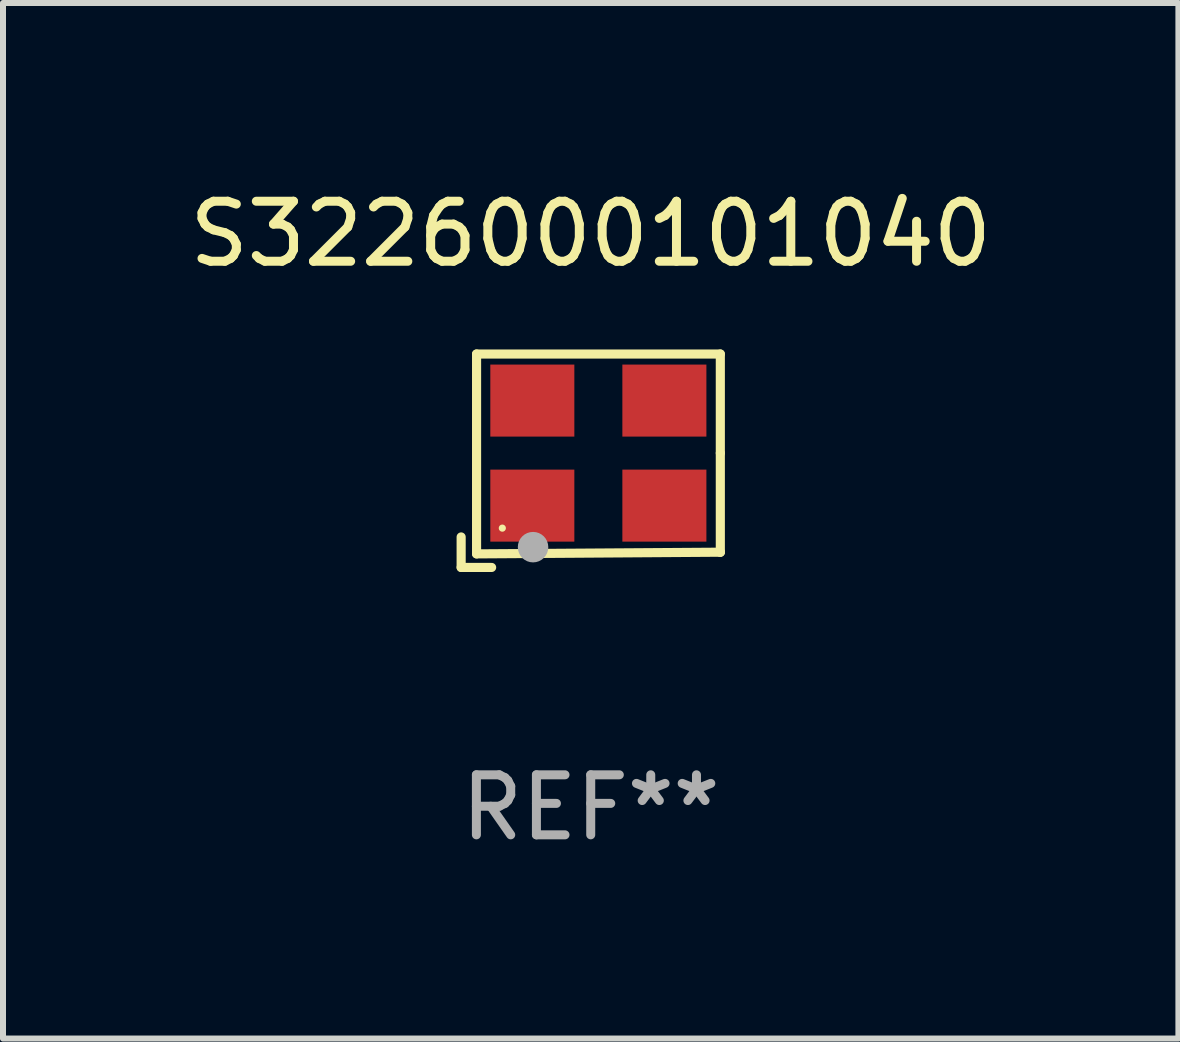
<source format=kicad_pcb>
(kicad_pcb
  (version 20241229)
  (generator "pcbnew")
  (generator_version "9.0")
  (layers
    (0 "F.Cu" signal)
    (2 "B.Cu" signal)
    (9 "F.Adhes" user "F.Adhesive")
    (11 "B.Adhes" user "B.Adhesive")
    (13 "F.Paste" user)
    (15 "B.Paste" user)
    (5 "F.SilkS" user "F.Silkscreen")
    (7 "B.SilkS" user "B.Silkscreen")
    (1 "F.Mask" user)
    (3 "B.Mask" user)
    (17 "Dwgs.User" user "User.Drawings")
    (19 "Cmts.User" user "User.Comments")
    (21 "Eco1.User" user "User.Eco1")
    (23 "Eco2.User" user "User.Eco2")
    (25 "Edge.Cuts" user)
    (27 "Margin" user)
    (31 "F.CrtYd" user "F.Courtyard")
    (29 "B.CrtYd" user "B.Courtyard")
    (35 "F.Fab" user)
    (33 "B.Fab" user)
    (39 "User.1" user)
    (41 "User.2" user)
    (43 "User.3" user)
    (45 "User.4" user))
  (footprint "S3226000101040"
    (layer "F.Cu")
    (at 6.792 4.626)
    (property "Reference" "S3226000101040" (at 0 -3.778 0) (layer "F.SilkS") (effects (font (size 1 1) (thickness 0.15))))
    (attr through_hole)
    (fp_line (start -2.159 1.27) (end -2.159 1.778) (stroke (width 0.152) (type solid)) (layer "F.SilkS"))
    (fp_line (start -2.159 1.778) (end -1.651 1.778) (stroke (width 0.152) (type solid)) (layer "F.SilkS"))
    (fp_line (start -1.902 -1.778) (end 2.159 -1.778) (stroke (width 0.152) (type solid)) (layer "F.SilkS"))
    (fp_line (start -1.902 1.552) (end -1.902 -1.778) (stroke (width 0.152) (type solid)) (layer "F.SilkS"))
    (fp_line (start 2.159 -1.778) (end 2.159 -0.127) (stroke (width 0.152) (type solid)) (layer "F.SilkS"))
    (fp_line (start 2.159 -0.127) (end 2.159 1.524) (stroke (width 0.152) (type solid)) (layer "F.SilkS"))
    (fp_line (start 2.159 1.524) (end -1.902 1.552) (stroke (width 0.152) (type solid)) (layer "F.SilkS"))
    (fp_line (start 2.159 1.524) (end 2.159 1.524) (stroke (width 0.152) (type solid)) (layer "F.SilkS"))
    (fp_circle (center -1.473 1.123) (end -1.443 1.123) (stroke (width 0.06) (type solid)) (fill no) (layer "F.SilkS"))
    (fp_circle (center -0.961 1.44) (end -0.834 1.44) (stroke (width 0.254) (type solid)) (fill no) (layer "F.Fab"))
    (fp_text user "REF**" (at 0 5.778 0) (layer "F.Fab") (effects (font (size 1 1) (thickness 0.15))))
    (pad "1" smd rect (at -0.973 0.748) (size 1.4 1.2) (layers "F.Cu" "F.Mask" "F.Paste"))
    (pad "2" smd rect (at 1.227 0.748) (size 1.4 1.2) (layers "F.Cu" "F.Mask" "F.Paste"))
    (pad "3" smd rect (at 1.227 -1.002) (size 1.4 1.2) (layers "F.Cu" "F.Mask" "F.Paste"))
    (pad "4" smd rect (at -0.973 -1.002) (size 1.4 1.2) (layers "F.Cu" "F.Mask" "F.Paste")))
  (gr_rect
    (start -3 -3)
    (end 16.583 14.253)
    (stroke (width 0.1) (type default))
    (fill no)
    (layer "Edge.Cuts")))
</source>
